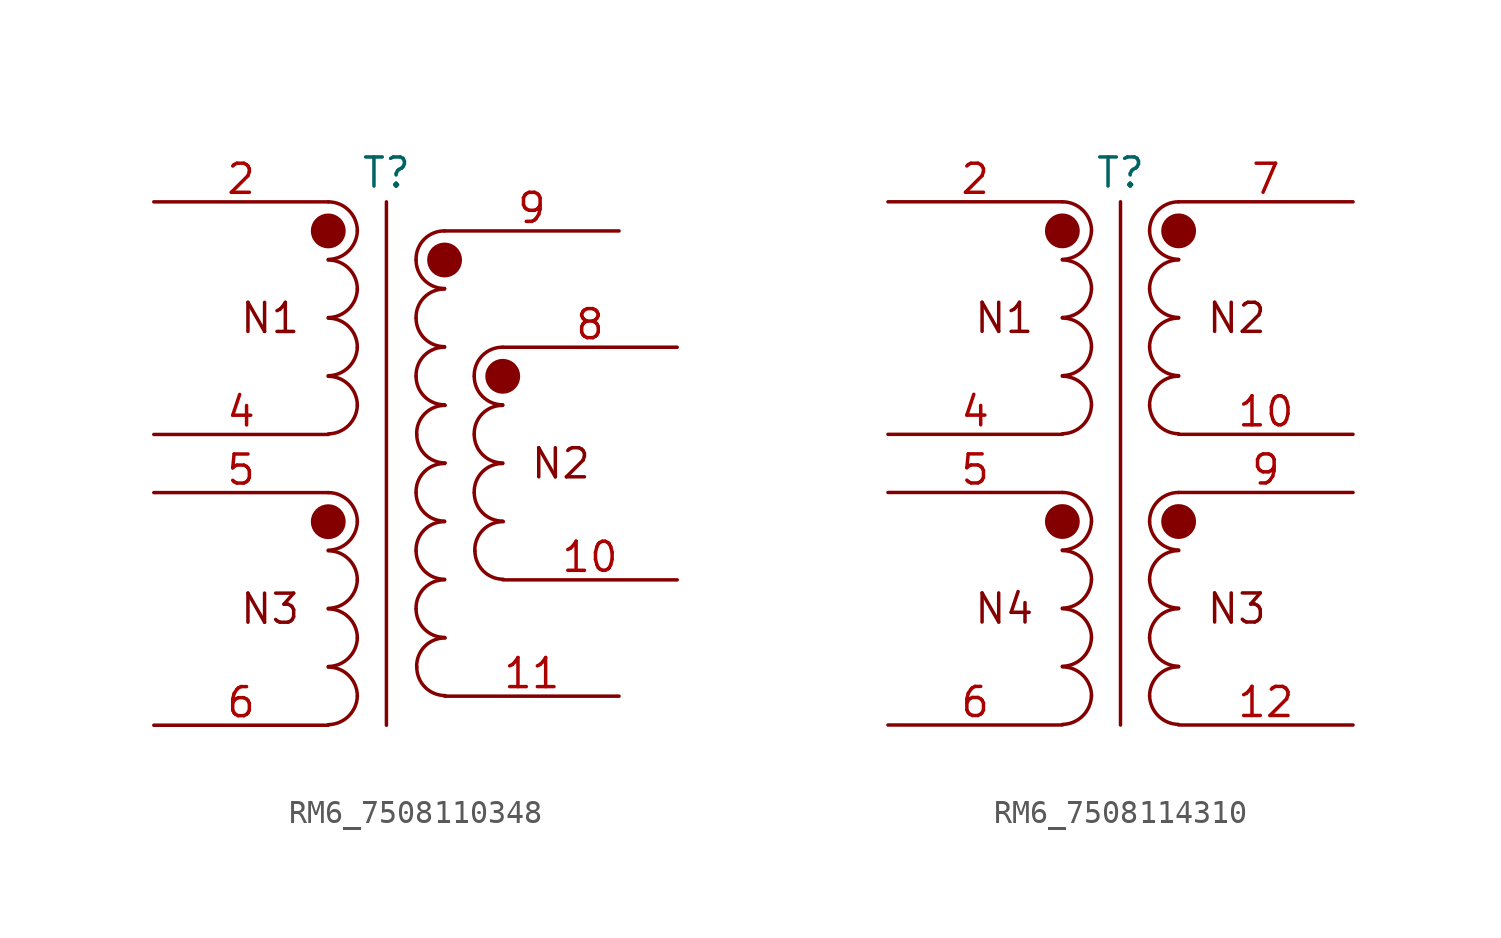
<source format=kicad_sym>
(kicad_symbol_lib
  (version 20220914)
  (generator kicad_symbol_editor)
  (symbol "RM6_7508110348"
    (pin_names hide)
    (property "Reference" "T"
      (at 0 12.7 0)
      (effects (font (size 1.27 1.27))))
    (symbol "RM6_7508110348_0_1"
      (arc (start -2.54 -11.4046) (mid -1.6561 -11.0363) (end -1.27 -10.16) (stroke (width 0) (type default)) (fill (type none)))
      (arc (start -2.54 -8.8646) (mid -1.6561 -8.4963) (end -1.27 -7.62) (stroke (width 0) (type default)) (fill (type none)))
      (arc (start -2.54 -6.3246) (mid -1.6561 -5.9563) (end -1.27 -5.08) (stroke (width 0) (type default)) (fill (type none)))
      (arc (start -2.54 -3.7846) (mid -1.6561 -3.4163) (end -1.27 -2.54) (stroke (width 0) (type default)) (fill (type none)))
      (arc (start -2.54 1.2954) (mid -1.6561 1.6637) (end -1.27 2.54) (stroke (width 0) (type default)) (fill (type none)))
      (arc (start -2.54 3.8354) (mid -1.6561 4.2037) (end -1.27 5.08) (stroke (width 0) (type default)) (fill (type none)))
      (arc (start -2.54 6.3754) (mid -1.6561 6.7437) (end -1.27 7.62) (stroke (width 0) (type default)) (fill (type none)))
      (arc (start -2.54 8.9154) (mid -1.6561 9.2837) (end -1.27 10.16) (stroke (width 0) (type default)) (fill (type none)))
      (arc (start -1.27 -10.16) (mid -1.642 -9.262) (end -2.54 -8.89) (stroke (width 0) (type default)) (fill (type none)))
      (arc (start -1.27 -7.62) (mid -1.642 -6.722) (end -2.54 -6.35) (stroke (width 0) (type default)) (fill (type none)))
      (arc (start -1.27 -5.08) (mid -1.642 -4.182) (end -2.54 -3.81) (stroke (width 0) (type default)) (fill (type none)))
      (arc (start -1.27 -2.54) (mid -1.642 -1.642) (end -2.54 -1.27) (stroke (width 0) (type default)) (fill (type none)))
      (arc (start -1.27 2.54) (mid -1.642 3.438) (end -2.54 3.81) (stroke (width 0) (type default)) (fill (type none)))
      (arc (start -1.27 5.08) (mid -1.642 5.978) (end -2.54 6.35) (stroke (width 0) (type default)) (fill (type none)))
      (arc (start -1.27 7.62) (mid -1.642 8.518) (end -2.54 8.89) (stroke (width 0) (type default)) (fill (type none)))
      (arc (start -1.27 10.16) (mid -1.642 11.058) (end -2.54 11.43) (stroke (width 0) (type default)) (fill (type none)))
      (polyline (pts (xy 0 11.43) (xy 0 -11.43)) (stroke (width 0) (type default)) (fill (type none)))
      (arc (start 1.2954 -6.35) (mid 1.6599 -7.2301) (end 2.54 -7.5946) (stroke (width 0) (type default)) (fill (type none)))
      (arc (start 1.2954 -3.81) (mid 1.6599 -4.6901) (end 2.54 -5.0546) (stroke (width 0) (type default)) (fill (type none)))
      (arc (start 1.2954 -1.27) (mid 1.6599 -2.1501) (end 2.54 -2.5146) (stroke (width 0) (type default)) (fill (type none)))
      (arc (start 1.2954 3.81) (mid 1.6599 2.9299) (end 2.54 2.5654) (stroke (width 0) (type default)) (fill (type none)))
      (arc (start 1.2954 6.35) (mid 1.6599 5.4699) (end 2.54 5.1054) (stroke (width 0) (type default)) (fill (type none)))
      (arc (start 1.2954 8.89) (mid 1.6599 8.0099) (end 2.54 7.6454) (stroke (width 0) (type default)) (fill (type none)))
      (arc (start 1.3208 -8.89) (mid 1.6853 -9.7703) (end 2.5654 -10.1346) (stroke (width 0) (type default)) (fill (type none)))
      (arc (start 1.3208 1.27) (mid 1.6853 0.3897) (end 2.5654 0.0254) (stroke (width 0) (type default)) (fill (type none)))
      (arc (start 2.54 -5.08) (mid 1.6458 -5.4485) (end 1.2954 -6.35) (stroke (width 0) (type default)) (fill (type none)))
      (arc (start 2.54 -2.54) (mid 1.6458 -2.9085) (end 1.2954 -3.81) (stroke (width 0) (type default)) (fill (type none)))
      (arc (start 2.54 0) (mid 1.6458 -0.3685) (end 1.2954 -1.27) (stroke (width 0) (type default)) (fill (type none)))
      (arc (start 2.54 5.08) (mid 1.6458 4.7115) (end 1.2954 3.81) (stroke (width 0) (type default)) (fill (type none)))
      (arc (start 2.54 7.62) (mid 1.6458 7.2515) (end 1.2954 6.35) (stroke (width 0) (type default)) (fill (type none)))
      (arc (start 2.54 10.16) (mid 1.6458 9.7915) (end 1.2954 8.89) (stroke (width 0) (type default)) (fill (type none)))
      (arc (start 2.5654 -7.62) (mid 1.6709 -7.9883) (end 1.3208 -8.89) (stroke (width 0) (type default)) (fill (type none)))
      (arc (start 2.5654 2.54) (mid 1.6709 2.1717) (end 1.3208 1.27) (stroke (width 0) (type default)) (fill (type none)))
      (arc (start 3.8354 -1.27) (mid 4.1999 -2.1501) (end 5.08 -2.5146) (stroke (width 0) (type default)) (fill (type none)))
      (arc (start 3.8354 1.27) (mid 4.1999 0.3899) (end 5.08 0.0254) (stroke (width 0) (type default)) (fill (type none)))
      (arc (start 3.8354 3.81) (mid 4.1999 2.9299) (end 5.08 2.5654) (stroke (width 0) (type default)) (fill (type none)))
      (arc (start 3.8608 -3.81) (mid 4.2254 -4.6899) (end 5.1054 -5.0546) (stroke (width 0) (type default)) (fill (type none)))
      (arc (start 5.08 0) (mid 4.1858 -0.3685) (end 3.8354 -1.27) (stroke (width 0) (type default)) (fill (type none)))
      (arc (start 5.08 2.54) (mid 4.1858 2.1715) (end 3.8354 1.27) (stroke (width 0) (type default)) (fill (type none)))
      (arc (start 5.08 5.08) (mid 4.1858 4.7115) (end 3.8354 3.81) (stroke (width 0) (type default)) (fill (type none)))
      (arc (start 5.1054 -2.54) (mid 4.2109 -2.9083) (end 3.8608 -3.81) (stroke (width 0) (type default)) (fill (type none))))
    (symbol "RM6_7508110348_1_1"
      (circle (center -2.54 -2.54) (radius 0.0001) (stroke (width 0.762) (type default)) (fill (type none)))
      (circle (center -2.54 10.16) (radius 0.0001) (stroke (width 0.762) (type default)) (fill (type none)))
      (circle (center 2.54 8.89) (radius 0.0001) (stroke (width 0.762) (type default)) (fill (type none)))
      (circle (center 5.08 3.81) (radius 0.0001) (stroke (width 0.762) (type default)) (fill (type none)))
      (text "N1" (at -5.08 6.35 0) (effects (font (size 1.27 1.27))))
      (text "N2" (at 7.62 0 0) (effects (font (size 1.27 1.27))))
      (text "N3" (at -5.08 -6.35 0) (effects (font (size 1.27 1.27))))
      (pin passive line (at 12.7 -5.08 180) (length 7.62) (name "10" (effects (font (size 1.27 1.27)))) (number "10" (effects (font (size 1.27 1.27)))))
      (pin passive line (at 10.16 -10.16 180) (length 7.62) (name "11" (effects (font (size 1.27 1.27)))) (number "11" (effects (font (size 1.27 1.27)))))
      (pin passive line (at -10.16 11.43 0) (length 7.62) (name "2" (effects (font (size 1.27 1.27)))) (number "2" (effects (font (size 1.27 1.27)))))
      (pin passive line (at -10.16 1.27 0) (length 7.62) (name "4" (effects (font (size 1.27 1.27)))) (number "4" (effects (font (size 1.27 1.27)))))
      (pin passive line (at -10.16 -1.27 0) (length 7.62) (name "5" (effects (font (size 1.27 1.27)))) (number "5" (effects (font (size 1.27 1.27)))))
      (pin passive line (at -10.16 -11.43 0) (length 7.62) (name "6" (effects (font (size 1.27 1.27)))) (number "6" (effects (font (size 1.27 1.27)))))
      (pin passive line (at 12.7 5.08 180) (length 7.62) (name "8" (effects (font (size 1.27 1.27)))) (number "8" (effects (font (size 1.27 1.27)))))
      (pin passive line (at 10.16 10.16 180) (length 7.62) (name "9" (effects (font (size 1.27 1.27)))) (number "9" (effects (font (size 1.27 1.27)))))))
  (symbol "RM6_7508114310"
    (pin_names hide)
    (property "Reference" "T"
      (at 0 12.7 0)
      (effects (font (size 1.27 1.27))))
    (symbol "RM6_7508114310_0_1"
      (arc (start -2.54 -11.4046) (mid -1.6561 -11.0363) (end -1.27 -10.16) (stroke (width 0) (type default)) (fill (type none)))
      (arc (start -2.54 -8.8646) (mid -1.6561 -8.4963) (end -1.27 -7.62) (stroke (width 0) (type default)) (fill (type none)))
      (arc (start -2.54 -6.3246) (mid -1.6561 -5.9563) (end -1.27 -5.08) (stroke (width 0) (type default)) (fill (type none)))
      (arc (start -2.54 -3.7846) (mid -1.6561 -3.4163) (end -1.27 -2.54) (stroke (width 0) (type default)) (fill (type none)))
      (arc (start -2.54 1.2954) (mid -1.6561 1.6637) (end -1.27 2.54) (stroke (width 0) (type default)) (fill (type none)))
      (arc (start -2.54 3.8354) (mid -1.6561 4.2037) (end -1.27 5.08) (stroke (width 0) (type default)) (fill (type none)))
      (arc (start -2.54 6.3754) (mid -1.6561 6.7437) (end -1.27 7.62) (stroke (width 0) (type default)) (fill (type none)))
      (arc (start -2.54 8.9154) (mid -1.6561 9.2837) (end -1.27 10.16) (stroke (width 0) (type default)) (fill (type none)))
      (arc (start -1.27 -10.16) (mid -1.642 -9.262) (end -2.54 -8.89) (stroke (width 0) (type default)) (fill (type none)))
      (arc (start -1.27 -7.62) (mid -1.642 -6.722) (end -2.54 -6.35) (stroke (width 0) (type default)) (fill (type none)))
      (arc (start -1.27 -5.08) (mid -1.642 -4.182) (end -2.54 -3.81) (stroke (width 0) (type default)) (fill (type none)))
      (arc (start -1.27 -2.54) (mid -1.642 -1.642) (end -2.54 -1.27) (stroke (width 0) (type default)) (fill (type none)))
      (arc (start -1.27 2.54) (mid -1.642 3.438) (end -2.54 3.81) (stroke (width 0) (type default)) (fill (type none)))
      (arc (start -1.27 5.08) (mid -1.642 5.978) (end -2.54 6.35) (stroke (width 0) (type default)) (fill (type none)))
      (arc (start -1.27 7.62) (mid -1.642 8.518) (end -2.54 8.89) (stroke (width 0) (type default)) (fill (type none)))
      (arc (start -1.27 10.16) (mid -1.642 11.058) (end -2.54 11.43) (stroke (width 0) (type default)) (fill (type none)))
      (polyline (pts (xy 0 -11.43) (xy 0 11.43)) (stroke (width 0) (type default)) (fill (type none)))
      (arc (start 1.27 -10.16) (mid 1.6561 -11.0363) (end 2.54 -11.4046) (stroke (width 0) (type default)) (fill (type none)))
      (arc (start 1.27 -7.62) (mid 1.6561 -8.4963) (end 2.54 -8.8646) (stroke (width 0) (type default)) (fill (type none)))
      (arc (start 1.27 -5.08) (mid 1.6561 -5.9563) (end 2.54 -6.3246) (stroke (width 0) (type default)) (fill (type none)))
      (arc (start 1.27 -2.54) (mid 1.6561 -3.4163) (end 2.54 -3.7846) (stroke (width 0) (type default)) (fill (type none)))
      (arc (start 1.27 2.54) (mid 1.6561 1.6637) (end 2.54 1.2954) (stroke (width 0) (type default)) (fill (type none)))
      (arc (start 1.27 5.08) (mid 1.6561 4.2037) (end 2.54 3.8354) (stroke (width 0) (type default)) (fill (type none)))
      (arc (start 1.27 7.62) (mid 1.6561 6.7437) (end 2.54 6.3754) (stroke (width 0) (type default)) (fill (type none)))
      (arc (start 1.27 10.16) (mid 1.6561 9.2837) (end 2.54 8.9154) (stroke (width 0) (type default)) (fill (type none)))
      (arc (start 2.54 -8.89) (mid 1.642 -9.262) (end 1.27 -10.16) (stroke (width 0) (type default)) (fill (type none)))
      (arc (start 2.54 -6.35) (mid 1.642 -6.722) (end 1.27 -7.62) (stroke (width 0) (type default)) (fill (type none)))
      (arc (start 2.54 -3.81) (mid 1.642 -4.182) (end 1.27 -5.08) (stroke (width 0) (type default)) (fill (type none)))
      (arc (start 2.54 -1.27) (mid 1.642 -1.642) (end 1.27 -2.54) (stroke (width 0) (type default)) (fill (type none)))
      (arc (start 2.54 3.81) (mid 1.642 3.438) (end 1.27 2.54) (stroke (width 0) (type default)) (fill (type none)))
      (arc (start 2.54 6.35) (mid 1.642 5.978) (end 1.27 5.08) (stroke (width 0) (type default)) (fill (type none)))
      (arc (start 2.54 8.89) (mid 1.642 8.518) (end 1.27 7.62) (stroke (width 0) (type default)) (fill (type none)))
      (arc (start 2.54 11.43) (mid 1.642 11.058) (end 1.27 10.16) (stroke (width 0) (type default)) (fill (type none))))
    (symbol "RM6_7508114310_1_1"
      (circle (center -2.54 -2.54) (radius 0.0001) (stroke (width 0.762) (type default)) (fill (type none)))
      (circle (center -2.54 10.16) (radius 0.0001) (stroke (width 0.762) (type default)) (fill (type none)))
      (circle (center 2.54 -2.54) (radius 0.0001) (stroke (width 0.762) (type default)) (fill (type none)))
      (circle (center 2.54 10.16) (radius 0.0001) (stroke (width 0.762) (type default)) (fill (type none)))
      (text "N1" (at -5.08 6.35 0) (effects (font (size 1.27 1.27))))
      (text "N2" (at 5.08 6.35 0) (effects (font (size 1.27 1.27))))
      (text "N3" (at 5.08 -6.35 0) (effects (font (size 1.27 1.27))))
      (text "N4" (at -5.08 -6.35 0) (effects (font (size 1.27 1.27))))
      (pin passive line (at 10.16 1.27 180) (length 7.62) (name "10" (effects (font (size 1.27 1.27)))) (number "10" (effects (font (size 1.27 1.27)))))
      (pin passive line (at 10.16 -11.43 180) (length 7.62) (name "12" (effects (font (size 1.27 1.27)))) (number "12" (effects (font (size 1.27 1.27)))))
      (pin passive line (at -10.16 11.43 0) (length 7.62) (name "2" (effects (font (size 1.27 1.27)))) (number "2" (effects (font (size 1.27 1.27)))))
      (pin passive line (at -10.16 1.27 0) (length 7.62) (name "4" (effects (font (size 1.27 1.27)))) (number "4" (effects (font (size 1.27 1.27)))))
      (pin passive line (at -10.16 -1.27 0) (length 7.62) (name "5" (effects (font (size 1.27 1.27)))) (number "5" (effects (font (size 1.27 1.27)))))
      (pin passive line (at -10.16 -11.43 0) (length 7.62) (name "6" (effects (font (size 1.27 1.27)))) (number "6" (effects (font (size 1.27 1.27)))))
      (pin passive line (at 10.16 11.43 180) (length 7.62) (name "7" (effects (font (size 1.27 1.27)))) (number "7" (effects (font (size 1.27 1.27)))))
      (pin passive line (at 10.16 -1.27 180) (length 7.62) (name "9" (effects (font (size 1.27 1.27)))) (number "9" (effects (font (size 1.27 1.27))))))))
</source>
